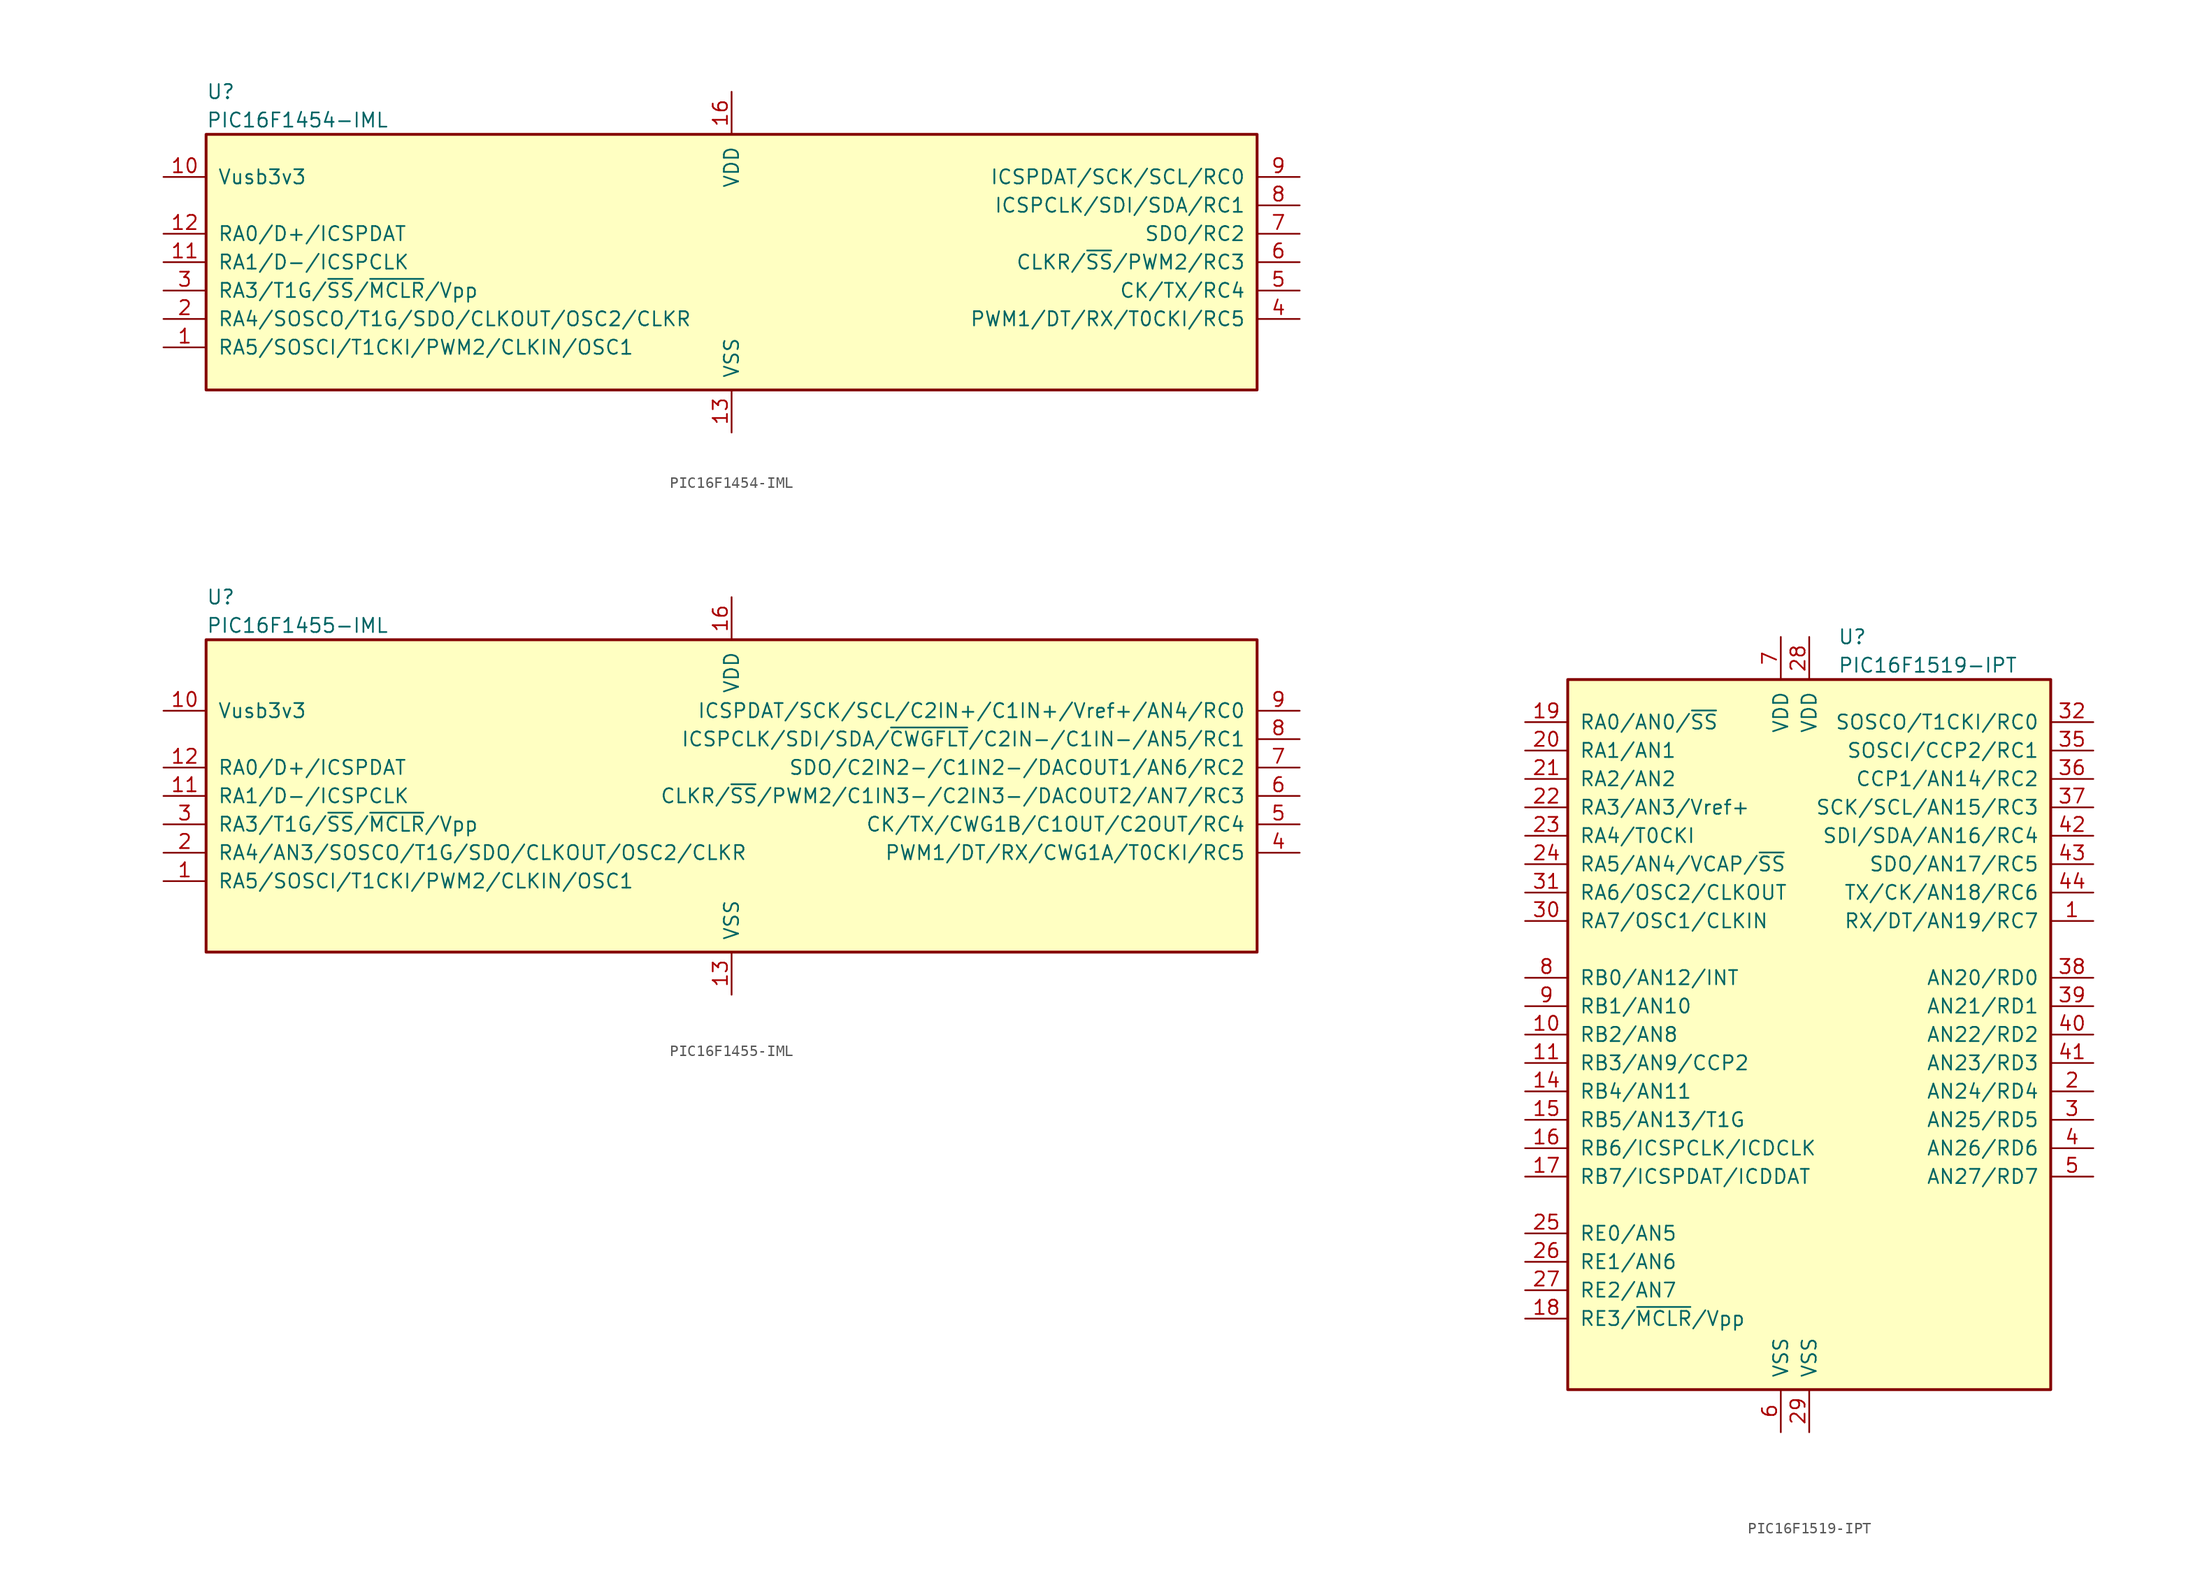
<source format=kicad_sym>
(kicad_symbol_lib
  (version 20201005)
  (generator kicad_symbol_editor)
  (symbol "MCU_Microchip_PIC16:PIC16F1454-IML"
    (pin_names
      (offset 1.016))
    (property "Reference" "U"
      (at -46.99 15.24 0)
      (effects (font (size 1.27 1.27)) (justify left)))
    (property "Value" "PIC16F1454-IML"
      (at -46.99 12.7 0)
      (effects (font (size 1.27 1.27)) (justify left)))
    (symbol "PIC16F1454-IML_0_1"
      (rectangle (start -46.99 11.43) (end 46.99 -11.43) (stroke (width 0.254)) (fill (type background))))
    (symbol "PIC16F1454-IML_1_1"
      (pin bidirectional line (at -50.8 -7.62 0) (length 3.81) (name "RA5/SOSCI/T1CKI/PWM2/CLKIN/OSC1" (effects (font (size 1.27 1.27)))) (number "1" (effects (font (size 1.27 1.27)))))
      (pin bidirectional line (at -50.8 7.62 0) (length 3.81) (name "Vusb3v3" (effects (font (size 1.27 1.27)))) (number "10" (effects (font (size 1.27 1.27)))))
      (pin bidirectional line (at -50.8 0 0) (length 3.81) (name "RA1/D-/ICSPCLK" (effects (font (size 1.27 1.27)))) (number "11" (effects (font (size 1.27 1.27)))))
      (pin bidirectional line (at -50.8 2.54 0) (length 3.81) (name "RA0/D+/ICSPDAT" (effects (font (size 1.27 1.27)))) (number "12" (effects (font (size 1.27 1.27)))))
      (pin power_in line (at 0 -15.24 90) (length 3.81) (name "VSS" (effects (font (size 1.27 1.27)))) (number "13" (effects (font (size 1.27 1.27)))))
      (pin power_in line (at 0 15.24 270) (length 3.81) (name "VDD" (effects (font (size 1.27 1.27)))) (number "16" (effects (font (size 1.27 1.27)))))
      (pin bidirectional line (at -50.8 -5.08 0) (length 3.81) (name "RA4/SOSCO/T1G/SDO/CLKOUT/OSC2/CLKR" (effects (font (size 1.27 1.27)))) (number "2" (effects (font (size 1.27 1.27)))))
      (pin input line (at -50.8 -2.54 0) (length 3.81) (name "RA3/T1G/~SS~/~MCLR~/Vpp" (effects (font (size 1.27 1.27)))) (number "3" (effects (font (size 1.27 1.27)))))
      (pin bidirectional line (at 50.8 -5.08 180) (length 3.81) (name "PWM1/DT/RX/T0CKI/RC5" (effects (font (size 1.27 1.27)))) (number "4" (effects (font (size 1.27 1.27)))))
      (pin bidirectional line (at 50.8 -2.54 180) (length 3.81) (name "CK/TX/RC4" (effects (font (size 1.27 1.27)))) (number "5" (effects (font (size 1.27 1.27)))))
      (pin bidirectional line (at 50.8 0 180) (length 3.81) (name "CLKR/~SS~/PWM2/RC3" (effects (font (size 1.27 1.27)))) (number "6" (effects (font (size 1.27 1.27)))))
      (pin bidirectional line (at 50.8 2.54 180) (length 3.81) (name "SDO/RC2" (effects (font (size 1.27 1.27)))) (number "7" (effects (font (size 1.27 1.27)))))
      (pin bidirectional line (at 50.8 5.08 180) (length 3.81) (name "ICSPCLK/SDI/SDA/RC1" (effects (font (size 1.27 1.27)))) (number "8" (effects (font (size 1.27 1.27)))))
      (pin bidirectional line (at 50.8 7.62 180) (length 3.81) (name "ICSPDAT/SCK/SCL/RC0" (effects (font (size 1.27 1.27)))) (number "9" (effects (font (size 1.27 1.27)))))))
  (symbol "MCU_Microchip_PIC16:PIC16F1455-IML"
    (pin_names
      (offset 1.016))
    (property "Reference" "U"
      (at -46.99 17.78 0)
      (effects (font (size 1.27 1.27)) (justify left)))
    (property "Value" "PIC16F1455-IML"
      (at -46.99 15.24 0)
      (effects (font (size 1.27 1.27)) (justify left)))
    (symbol "PIC16F1455-IML_0_1"
      (rectangle (start -46.99 13.97) (end 46.99 -13.97) (stroke (width 0.254)) (fill (type background))))
    (symbol "PIC16F1455-IML_1_1"
      (pin bidirectional line (at -50.8 -7.62 0) (length 3.81) (name "RA5/SOSCI/T1CKI/PWM2/CLKIN/OSC1" (effects (font (size 1.27 1.27)))) (number "1" (effects (font (size 1.27 1.27)))))
      (pin bidirectional line (at -50.8 7.62 0) (length 3.81) (name "Vusb3v3" (effects (font (size 1.27 1.27)))) (number "10" (effects (font (size 1.27 1.27)))))
      (pin bidirectional line (at -50.8 0 0) (length 3.81) (name "RA1/D-/ICSPCLK" (effects (font (size 1.27 1.27)))) (number "11" (effects (font (size 1.27 1.27)))))
      (pin bidirectional line (at -50.8 2.54 0) (length 3.81) (name "RA0/D+/ICSPDAT" (effects (font (size 1.27 1.27)))) (number "12" (effects (font (size 1.27 1.27)))))
      (pin power_in line (at 0 -17.78 90) (length 3.81) (name "VSS" (effects (font (size 1.27 1.27)))) (number "13" (effects (font (size 1.27 1.27)))))
      (pin power_in line (at 0 17.78 270) (length 3.81) (name "VDD" (effects (font (size 1.27 1.27)))) (number "16" (effects (font (size 1.27 1.27)))))
      (pin bidirectional line (at -50.8 -5.08 0) (length 3.81) (name "RA4/AN3/SOSCO/T1G/SDO/CLKOUT/OSC2/CLKR" (effects (font (size 1.27 1.27)))) (number "2" (effects (font (size 1.27 1.27)))))
      (pin input line (at -50.8 -2.54 0) (length 3.81) (name "RA3/T1G/~SS~/~MCLR~/Vpp" (effects (font (size 1.27 1.27)))) (number "3" (effects (font (size 1.27 1.27)))))
      (pin bidirectional line (at 50.8 -5.08 180) (length 3.81) (name "PWM1/DT/RX/CWG1A/T0CKI/RC5" (effects (font (size 1.27 1.27)))) (number "4" (effects (font (size 1.27 1.27)))))
      (pin bidirectional line (at 50.8 -2.54 180) (length 3.81) (name "CK/TX/CWG1B/C1OUT/C2OUT/RC4" (effects (font (size 1.27 1.27)))) (number "5" (effects (font (size 1.27 1.27)))))
      (pin bidirectional line (at 50.8 0 180) (length 3.81) (name "CLKR/~SS~/PWM2/C1IN3-/C2IN3-/DACOUT2/AN7/RC3" (effects (font (size 1.27 1.27)))) (number "6" (effects (font (size 1.27 1.27)))))
      (pin bidirectional line (at 50.8 2.54 180) (length 3.81) (name "SDO/C2IN2-/C1IN2-/DACOUT1/AN6/RC2" (effects (font (size 1.27 1.27)))) (number "7" (effects (font (size 1.27 1.27)))))
      (pin bidirectional line (at 50.8 5.08 180) (length 3.81) (name "ICSPCLK/SDI/SDA/~CWGFLT~/C2IN-/C1IN-/AN5/RC1" (effects (font (size 1.27 1.27)))) (number "8" (effects (font (size 1.27 1.27)))))
      (pin bidirectional line (at 50.8 7.62 180) (length 3.81) (name "ICSPDAT/SCK/SCL/C2IN+/C1IN+/Vref+/AN4/RC0" (effects (font (size 1.27 1.27)))) (number "9" (effects (font (size 1.27 1.27)))))))
  (symbol "MCU_Microchip_PIC16:PIC16F1519-IPT"
    (pin_names
      (offset 1.016))
    (property "Reference" "U"
      (at 2.54 35.56 0)
      (effects (font (size 1.27 1.27)) (justify left)))
    (property "Value" "PIC16F1519-IPT"
      (at 2.54 33.02 0)
      (effects (font (size 1.27 1.27)) (justify left)))
    (symbol "PIC16F1519-IPT_0_1"
      (rectangle (start -21.59 31.75) (end 21.59 -31.75) (stroke (width 0.254)) (fill (type background))))
    (symbol "PIC16F1519-IPT_1_1"
      (pin bidirectional line (at 25.4 10.16 180) (length 3.81) (name "RX/DT/AN19/RC7" (effects (font (size 1.27 1.27)))) (number "1" (effects (font (size 1.27 1.27)))))
      (pin bidirectional line (at -25.4 0 0) (length 3.81) (name "RB2/AN8" (effects (font (size 1.27 1.27)))) (number "10" (effects (font (size 1.27 1.27)))))
      (pin bidirectional line (at -25.4 -2.54 0) (length 3.81) (name "RB3/AN9/CCP2" (effects (font (size 1.27 1.27)))) (number "11" (effects (font (size 1.27 1.27)))))
      (pin bidirectional line (at -25.4 -5.08 0) (length 3.81) (name "RB4/AN11" (effects (font (size 1.27 1.27)))) (number "14" (effects (font (size 1.27 1.27)))))
      (pin bidirectional line (at -25.4 -7.62 0) (length 3.81) (name "RB5/AN13/T1G" (effects (font (size 1.27 1.27)))) (number "15" (effects (font (size 1.27 1.27)))))
      (pin bidirectional line (at -25.4 -10.16 0) (length 3.81) (name "RB6/ICSPCLK/ICDCLK" (effects (font (size 1.27 1.27)))) (number "16" (effects (font (size 1.27 1.27)))))
      (pin bidirectional line (at -25.4 -12.7 0) (length 3.81) (name "RB7/ICSPDAT/ICDDAT" (effects (font (size 1.27 1.27)))) (number "17" (effects (font (size 1.27 1.27)))))
      (pin input line (at -25.4 -25.4 0) (length 3.81) (name "RE3/~MCLR~/Vpp" (effects (font (size 1.27 1.27)))) (number "18" (effects (font (size 1.27 1.27)))))
      (pin bidirectional line (at -25.4 27.94 0) (length 3.81) (name "RA0/AN0/~SS" (effects (font (size 1.27 1.27)))) (number "19" (effects (font (size 1.27 1.27)))))
      (pin bidirectional line (at 25.4 -5.08 180) (length 3.81) (name "AN24/RD4" (effects (font (size 1.27 1.27)))) (number "2" (effects (font (size 1.27 1.27)))))
      (pin bidirectional line (at -25.4 25.4 0) (length 3.81) (name "RA1/AN1" (effects (font (size 1.27 1.27)))) (number "20" (effects (font (size 1.27 1.27)))))
      (pin bidirectional line (at -25.4 22.86 0) (length 3.81) (name "RA2/AN2" (effects (font (size 1.27 1.27)))) (number "21" (effects (font (size 1.27 1.27)))))
      (pin bidirectional line (at -25.4 20.32 0) (length 3.81) (name "RA3/AN3/Vref+" (effects (font (size 1.27 1.27)))) (number "22" (effects (font (size 1.27 1.27)))))
      (pin bidirectional line (at -25.4 17.78 0) (length 3.81) (name "RA4/T0CKI" (effects (font (size 1.27 1.27)))) (number "23" (effects (font (size 1.27 1.27)))))
      (pin bidirectional line (at -25.4 15.24 0) (length 3.81) (name "RA5/AN4/VCAP/~SS" (effects (font (size 1.27 1.27)))) (number "24" (effects (font (size 1.27 1.27)))))
      (pin bidirectional line (at -25.4 -17.78 0) (length 3.81) (name "RE0/AN5" (effects (font (size 1.27 1.27)))) (number "25" (effects (font (size 1.27 1.27)))))
      (pin bidirectional line (at -25.4 -20.32 0) (length 3.81) (name "RE1/AN6" (effects (font (size 1.27 1.27)))) (number "26" (effects (font (size 1.27 1.27)))))
      (pin bidirectional line (at -25.4 -22.86 0) (length 3.81) (name "RE2/AN7" (effects (font (size 1.27 1.27)))) (number "27" (effects (font (size 1.27 1.27)))))
      (pin power_in line (at 0 35.56 270) (length 3.81) (name "VDD" (effects (font (size 1.27 1.27)))) (number "28" (effects (font (size 1.27 1.27)))))
      (pin power_in line (at 0 -35.56 90) (length 3.81) (name "VSS" (effects (font (size 1.27 1.27)))) (number "29" (effects (font (size 1.27 1.27)))))
      (pin bidirectional line (at 25.4 -7.62 180) (length 3.81) (name "AN25/RD5" (effects (font (size 1.27 1.27)))) (number "3" (effects (font (size 1.27 1.27)))))
      (pin bidirectional line (at -25.4 10.16 0) (length 3.81) (name "RA7/OSC1/CLKIN" (effects (font (size 1.27 1.27)))) (number "30" (effects (font (size 1.27 1.27)))))
      (pin bidirectional line (at -25.4 12.7 0) (length 3.81) (name "RA6/OSC2/CLKOUT" (effects (font (size 1.27 1.27)))) (number "31" (effects (font (size 1.27 1.27)))))
      (pin bidirectional line (at 25.4 27.94 180) (length 3.81) (name "SOSCO/T1CKI/RC0" (effects (font (size 1.27 1.27)))) (number "32" (effects (font (size 1.27 1.27)))))
      (pin bidirectional line (at 25.4 25.4 180) (length 3.81) (name "SOSCI/CCP2/RC1" (effects (font (size 1.27 1.27)))) (number "35" (effects (font (size 1.27 1.27)))))
      (pin bidirectional line (at 25.4 22.86 180) (length 3.81) (name "CCP1/AN14/RC2" (effects (font (size 1.27 1.27)))) (number "36" (effects (font (size 1.27 1.27)))))
      (pin bidirectional line (at 25.4 20.32 180) (length 3.81) (name "SCK/SCL/AN15/RC3" (effects (font (size 1.27 1.27)))) (number "37" (effects (font (size 1.27 1.27)))))
      (pin bidirectional line (at 25.4 5.08 180) (length 3.81) (name "AN20/RD0" (effects (font (size 1.27 1.27)))) (number "38" (effects (font (size 1.27 1.27)))))
      (pin bidirectional line (at 25.4 2.54 180) (length 3.81) (name "AN21/RD1" (effects (font (size 1.27 1.27)))) (number "39" (effects (font (size 1.27 1.27)))))
      (pin bidirectional line (at 25.4 -10.16 180) (length 3.81) (name "AN26/RD6" (effects (font (size 1.27 1.27)))) (number "4" (effects (font (size 1.27 1.27)))))
      (pin bidirectional line (at 25.4 0 180) (length 3.81) (name "AN22/RD2" (effects (font (size 1.27 1.27)))) (number "40" (effects (font (size 1.27 1.27)))))
      (pin bidirectional line (at 25.4 -2.54 180) (length 3.81) (name "AN23/RD3" (effects (font (size 1.27 1.27)))) (number "41" (effects (font (size 1.27 1.27)))))
      (pin bidirectional line (at 25.4 17.78 180) (length 3.81) (name "SDI/SDA/AN16/RC4" (effects (font (size 1.27 1.27)))) (number "42" (effects (font (size 1.27 1.27)))))
      (pin bidirectional line (at 25.4 15.24 180) (length 3.81) (name "SDO/AN17/RC5" (effects (font (size 1.27 1.27)))) (number "43" (effects (font (size 1.27 1.27)))))
      (pin bidirectional line (at 25.4 12.7 180) (length 3.81) (name "TX/CK/AN18/RC6" (effects (font (size 1.27 1.27)))) (number "44" (effects (font (size 1.27 1.27)))))
      (pin bidirectional line (at 25.4 -12.7 180) (length 3.81) (name "AN27/RD7" (effects (font (size 1.27 1.27)))) (number "5" (effects (font (size 1.27 1.27)))))
      (pin power_in line (at -2.54 -35.56 90) (length 3.81) (name "VSS" (effects (font (size 1.27 1.27)))) (number "6" (effects (font (size 1.27 1.27)))))
      (pin power_in line (at -2.54 35.56 270) (length 3.81) (name "VDD" (effects (font (size 1.27 1.27)))) (number "7" (effects (font (size 1.27 1.27)))))
      (pin bidirectional line (at -25.4 5.08 0) (length 3.81) (name "RB0/AN12/INT" (effects (font (size 1.27 1.27)))) (number "8" (effects (font (size 1.27 1.27)))))
      (pin bidirectional line (at -25.4 2.54 0) (length 3.81) (name "RB1/AN10" (effects (font (size 1.27 1.27)))) (number "9" (effects (font (size 1.27 1.27))))))))
</source>
